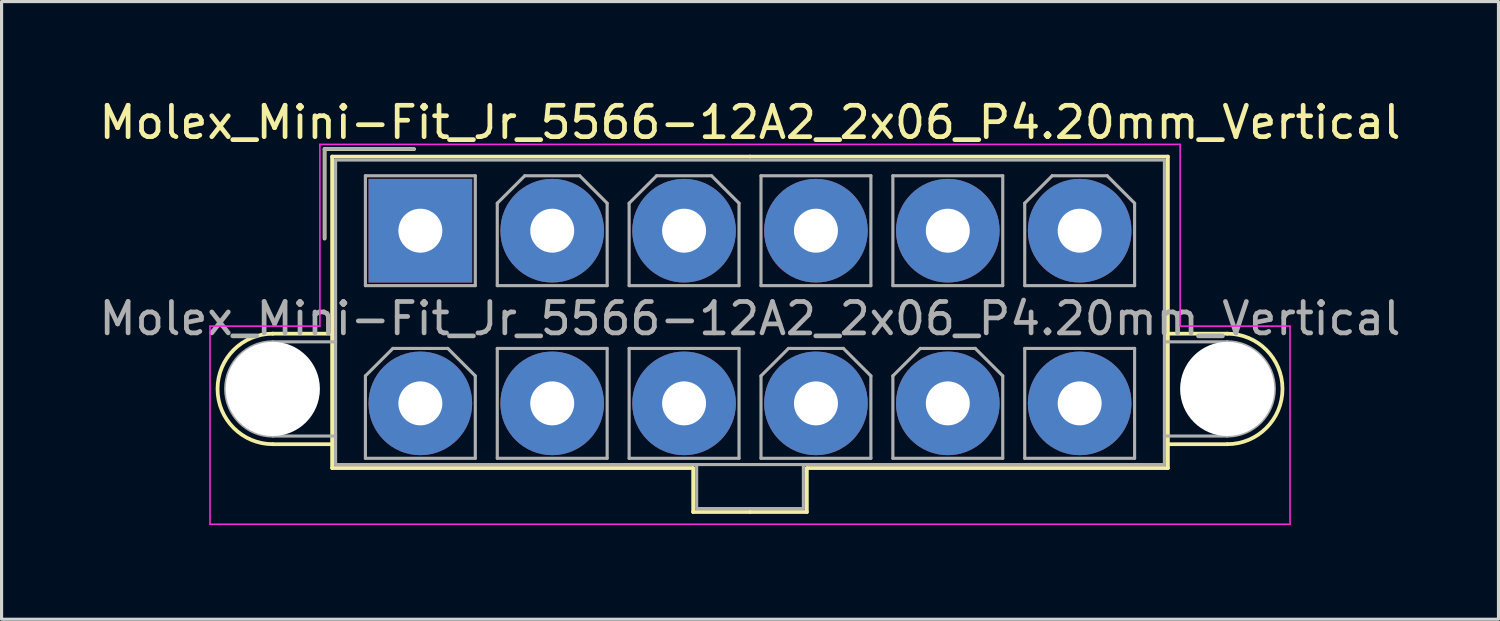
<source format=kicad_pcb>
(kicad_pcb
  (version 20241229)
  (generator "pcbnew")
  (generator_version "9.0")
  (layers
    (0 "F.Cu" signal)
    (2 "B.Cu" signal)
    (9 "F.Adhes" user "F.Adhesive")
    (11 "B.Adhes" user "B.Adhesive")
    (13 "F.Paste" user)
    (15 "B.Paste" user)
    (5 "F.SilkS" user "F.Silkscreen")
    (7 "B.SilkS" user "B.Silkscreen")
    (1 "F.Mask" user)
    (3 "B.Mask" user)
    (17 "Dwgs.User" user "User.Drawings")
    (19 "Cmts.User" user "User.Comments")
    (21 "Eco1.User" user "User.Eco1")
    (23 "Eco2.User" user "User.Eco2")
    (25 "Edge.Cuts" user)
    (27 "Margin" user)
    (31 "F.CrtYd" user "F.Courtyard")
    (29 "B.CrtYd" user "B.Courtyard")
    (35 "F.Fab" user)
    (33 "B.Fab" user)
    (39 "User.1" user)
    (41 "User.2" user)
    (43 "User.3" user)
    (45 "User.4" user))
  (footprint "Molex_Mini-Fit_Jr_5566-12A2_2x06_P4.20mm_Vertical"
    (layer "F.Cu")
    (at 10.339 4.298)
    (property "Reference" "Molex_Mini-Fit_Jr_5566-12A2_2x06_P4.20mm_Vertical" (at 10.5 -3.45 0) (layer "F.SilkS") (effects (font (size 1 1) (thickness 0.15))))
    (attr through_hole)
    (fp_line (start -4.7 3.28) (end -2.81 3.28) (stroke (width 0.12) (type solid)) (layer "F.SilkS"))
    (fp_line (start -4.7 6.8) (end -2.81 6.8) (stroke (width 0.12) (type solid)) (layer "F.SilkS"))
    (fp_line (start -3.05 -2.6) (end -3.05 0.25) (stroke (width 0.12) (type solid)) (layer "F.SilkS"))
    (fp_line (start -2.81 -2.36) (end -2.81 7.56) (stroke (width 0.12) (type solid)) (layer "F.SilkS"))
    (fp_line (start -2.81 7.56) (end 8.69 7.56) (stroke (width 0.12) (type solid)) (layer "F.SilkS"))
    (fp_line (start -0.2 -2.6) (end -3.05 -2.6) (stroke (width 0.12) (type solid)) (layer "F.SilkS"))
    (fp_line (start 8.69 7.56) (end 8.69 8.96) (stroke (width 0.12) (type solid)) (layer "F.SilkS"))
    (fp_line (start 8.69 8.96) (end 10.5 8.96) (stroke (width 0.12) (type solid)) (layer "F.SilkS"))
    (fp_line (start 10.5 -2.36) (end -2.81 -2.36) (stroke (width 0.12) (type solid)) (layer "F.SilkS"))
    (fp_line (start 10.5 -2.36) (end 23.81 -2.36) (stroke (width 0.12) (type solid)) (layer "F.SilkS"))
    (fp_line (start 12.31 7.56) (end 12.31 8.96) (stroke (width 0.12) (type solid)) (layer "F.SilkS"))
    (fp_line (start 12.31 8.96) (end 10.5 8.96) (stroke (width 0.12) (type solid)) (layer "F.SilkS"))
    (fp_line (start 23.81 -2.36) (end 23.81 7.56) (stroke (width 0.12) (type solid)) (layer "F.SilkS"))
    (fp_line (start 23.81 7.56) (end 12.31 7.56) (stroke (width 0.12) (type solid)) (layer "F.SilkS"))
    (fp_line (start 25.7 3.28) (end 23.81 3.28) (stroke (width 0.12) (type solid)) (layer "F.SilkS"))
    (fp_line (start 25.7 6.8) (end 23.81 6.8) (stroke (width 0.12) (type solid)) (layer "F.SilkS"))
    (fp_arc (start -4.7 6.8) (mid -6.46 5.04) (end -4.7 3.28) (stroke (width 0.12) (type solid)) (layer "F.SilkS"))
    (fp_arc (start 25.7 3.28) (mid 27.46 5.04) (end 25.7 6.8) (stroke (width 0.12) (type solid)) (layer "F.SilkS"))
    (fp_line (start -6.7 3.04) (end -6.7 9.35) (stroke (width 0.05) (type solid)) (layer "F.CrtYd"))
    (fp_line (start -6.7 9.35) (end 27.7 9.35) (stroke (width 0.05) (type solid)) (layer "F.CrtYd"))
    (fp_line (start -3.2 -2.75) (end -3.2 3.04) (stroke (width 0.05) (type solid)) (layer "F.CrtYd"))
    (fp_line (start -3.2 3.04) (end -6.7 3.04) (stroke (width 0.05) (type solid)) (layer "F.CrtYd"))
    (fp_line (start 24.2 -2.75) (end -3.2 -2.75) (stroke (width 0.05) (type solid)) (layer "F.CrtYd"))
    (fp_line (start 24.2 3.04) (end 24.2 -2.75) (stroke (width 0.05) (type solid)) (layer "F.CrtYd"))
    (fp_line (start 27.7 3.04) (end 24.2 3.04) (stroke (width 0.05) (type solid)) (layer "F.CrtYd"))
    (fp_line (start 27.7 9.35) (end 27.7 3.04) (stroke (width 0.05) (type solid)) (layer "F.CrtYd"))
    (fp_line (start -4.7 3.54) (end -2.7 3.54) (stroke (width 0.1) (type solid)) (layer "F.Fab"))
    (fp_line (start -4.7 6.54) (end -2.7 6.54) (stroke (width 0.1) (type solid)) (layer "F.Fab"))
    (fp_line (start -3.05 -2.6) (end -3.05 0.25) (stroke (width 0.1) (type solid)) (layer "F.Fab"))
    (fp_line (start -2.7 -2.25) (end -2.7 7.45) (stroke (width 0.1) (type solid)) (layer "F.Fab"))
    (fp_line (start -2.7 7.45) (end 23.7 7.45) (stroke (width 0.1) (type solid)) (layer "F.Fab"))
    (fp_line (start -1.75 -1.75) (end -1.75 1.75) (stroke (width 0.1) (type solid)) (layer "F.Fab"))
    (fp_line (start -1.75 1.75) (end 1.75 1.75) (stroke (width 0.1) (type solid)) (layer "F.Fab"))
    (fp_line (start -1.75 4.625) (end -0.875 3.75) (stroke (width 0.1) (type solid)) (layer "F.Fab"))
    (fp_line (start -1.75 7.25) (end -1.75 4.625) (stroke (width 0.1) (type solid)) (layer "F.Fab"))
    (fp_line (start -0.875 3.75) (end 0.875 3.75) (stroke (width 0.1) (type solid)) (layer "F.Fab"))
    (fp_line (start -0.2 -2.6) (end -3.05 -2.6) (stroke (width 0.1) (type solid)) (layer "F.Fab"))
    (fp_line (start 0.875 3.75) (end 1.75 4.625) (stroke (width 0.1) (type solid)) (layer "F.Fab"))
    (fp_line (start 1.75 -1.75) (end -1.75 -1.75) (stroke (width 0.1) (type solid)) (layer "F.Fab"))
    (fp_line (start 1.75 1.75) (end 1.75 -1.75) (stroke (width 0.1) (type solid)) (layer "F.Fab"))
    (fp_line (start 1.75 4.625) (end 1.75 7.25) (stroke (width 0.1) (type solid)) (layer "F.Fab"))
    (fp_line (start 1.75 7.25) (end -1.75 7.25) (stroke (width 0.1) (type solid)) (layer "F.Fab"))
    (fp_line (start 2.45 -0.875) (end 3.325 -1.75) (stroke (width 0.1) (type solid)) (layer "F.Fab"))
    (fp_line (start 2.45 1.75) (end 2.45 -0.875) (stroke (width 0.1) (type solid)) (layer "F.Fab"))
    (fp_line (start 2.45 3.75) (end 2.45 7.25) (stroke (width 0.1) (type solid)) (layer "F.Fab"))
    (fp_line (start 2.45 7.25) (end 5.95 7.25) (stroke (width 0.1) (type solid)) (layer "F.Fab"))
    (fp_line (start 3.325 -1.75) (end 5.075 -1.75) (stroke (width 0.1) (type solid)) (layer "F.Fab"))
    (fp_line (start 5.075 -1.75) (end 5.95 -0.875) (stroke (width 0.1) (type solid)) (layer "F.Fab"))
    (fp_line (start 5.95 -0.875) (end 5.95 1.75) (stroke (width 0.1) (type solid)) (layer "F.Fab"))
    (fp_line (start 5.95 1.75) (end 2.45 1.75) (stroke (width 0.1) (type solid)) (layer "F.Fab"))
    (fp_line (start 5.95 3.75) (end 2.45 3.75) (stroke (width 0.1) (type solid)) (layer "F.Fab"))
    (fp_line (start 5.95 7.25) (end 5.95 3.75) (stroke (width 0.1) (type solid)) (layer "F.Fab"))
    (fp_line (start 6.65 -0.875) (end 7.525 -1.75) (stroke (width 0.1) (type solid)) (layer "F.Fab"))
    (fp_line (start 6.65 1.75) (end 6.65 -0.875) (stroke (width 0.1) (type solid)) (layer "F.Fab"))
    (fp_line (start 6.65 3.75) (end 6.65 7.25) (stroke (width 0.1) (type solid)) (layer "F.Fab"))
    (fp_line (start 6.65 7.25) (end 10.15 7.25) (stroke (width 0.1) (type solid)) (layer "F.Fab"))
    (fp_line (start 7.525 -1.75) (end 9.275 -1.75) (stroke (width 0.1) (type solid)) (layer "F.Fab"))
    (fp_line (start 8.8 7.45) (end 8.8 8.85) (stroke (width 0.1) (type solid)) (layer "F.Fab"))
    (fp_line (start 8.8 8.85) (end 12.2 8.85) (stroke (width 0.1) (type solid)) (layer "F.Fab"))
    (fp_line (start 9.275 -1.75) (end 10.15 -0.875) (stroke (width 0.1) (type solid)) (layer "F.Fab"))
    (fp_line (start 10.15 -0.875) (end 10.15 1.75) (stroke (width 0.1) (type solid)) (layer "F.Fab"))
    (fp_line (start 10.15 1.75) (end 6.65 1.75) (stroke (width 0.1) (type solid)) (layer "F.Fab"))
    (fp_line (start 10.15 3.75) (end 6.65 3.75) (stroke (width 0.1) (type solid)) (layer "F.Fab"))
    (fp_line (start 10.15 7.25) (end 10.15 3.75) (stroke (width 0.1) (type solid)) (layer "F.Fab"))
    (fp_line (start 10.85 -1.75) (end 10.85 1.75) (stroke (width 0.1) (type solid)) (layer "F.Fab"))
    (fp_line (start 10.85 1.75) (end 14.35 1.75) (stroke (width 0.1) (type solid)) (layer "F.Fab"))
    (fp_line (start 10.85 4.625) (end 11.725 3.75) (stroke (width 0.1) (type solid)) (layer "F.Fab"))
    (fp_line (start 10.85 7.25) (end 10.85 4.625) (stroke (width 0.1) (type solid)) (layer "F.Fab"))
    (fp_line (start 11.725 3.75) (end 13.475 3.75) (stroke (width 0.1) (type solid)) (layer "F.Fab"))
    (fp_line (start 12.2 8.85) (end 12.2 7.45) (stroke (width 0.1) (type solid)) (layer "F.Fab"))
    (fp_line (start 13.475 3.75) (end 14.35 4.625) (stroke (width 0.1) (type solid)) (layer "F.Fab"))
    (fp_line (start 14.35 -1.75) (end 10.85 -1.75) (stroke (width 0.1) (type solid)) (layer "F.Fab"))
    (fp_line (start 14.35 1.75) (end 14.35 -1.75) (stroke (width 0.1) (type solid)) (layer "F.Fab"))
    (fp_line (start 14.35 4.625) (end 14.35 7.25) (stroke (width 0.1) (type solid)) (layer "F.Fab"))
    (fp_line (start 14.35 7.25) (end 10.85 7.25) (stroke (width 0.1) (type solid)) (layer "F.Fab"))
    (fp_line (start 15.05 -1.75) (end 15.05 1.75) (stroke (width 0.1) (type solid)) (layer "F.Fab"))
    (fp_line (start 15.05 1.75) (end 18.55 1.75) (stroke (width 0.1) (type solid)) (layer "F.Fab"))
    (fp_line (start 15.05 4.625) (end 15.925 3.75) (stroke (width 0.1) (type solid)) (layer "F.Fab"))
    (fp_line (start 15.05 7.25) (end 15.05 4.625) (stroke (width 0.1) (type solid)) (layer "F.Fab"))
    (fp_line (start 15.925 3.75) (end 17.675 3.75) (stroke (width 0.1) (type solid)) (layer "F.Fab"))
    (fp_line (start 17.675 3.75) (end 18.55 4.625) (stroke (width 0.1) (type solid)) (layer "F.Fab"))
    (fp_line (start 18.55 -1.75) (end 15.05 -1.75) (stroke (width 0.1) (type solid)) (layer "F.Fab"))
    (fp_line (start 18.55 1.75) (end 18.55 -1.75) (stroke (width 0.1) (type solid)) (layer "F.Fab"))
    (fp_line (start 18.55 4.625) (end 18.55 7.25) (stroke (width 0.1) (type solid)) (layer "F.Fab"))
    (fp_line (start 18.55 7.25) (end 15.05 7.25) (stroke (width 0.1) (type solid)) (layer "F.Fab"))
    (fp_line (start 19.25 -0.875) (end 20.125 -1.75) (stroke (width 0.1) (type solid)) (layer "F.Fab"))
    (fp_line (start 19.25 1.75) (end 19.25 -0.875) (stroke (width 0.1) (type solid)) (layer "F.Fab"))
    (fp_line (start 19.25 3.75) (end 19.25 7.25) (stroke (width 0.1) (type solid)) (layer "F.Fab"))
    (fp_line (start 19.25 7.25) (end 22.75 7.25) (stroke (width 0.1) (type solid)) (layer "F.Fab"))
    (fp_line (start 20.125 -1.75) (end 21.875 -1.75) (stroke (width 0.1) (type solid)) (layer "F.Fab"))
    (fp_line (start 21.875 -1.75) (end 22.75 -0.875) (stroke (width 0.1) (type solid)) (layer "F.Fab"))
    (fp_line (start 22.75 -0.875) (end 22.75 1.75) (stroke (width 0.1) (type solid)) (layer "F.Fab"))
    (fp_line (start 22.75 1.75) (end 19.25 1.75) (stroke (width 0.1) (type solid)) (layer "F.Fab"))
    (fp_line (start 22.75 3.75) (end 19.25 3.75) (stroke (width 0.1) (type solid)) (layer "F.Fab"))
    (fp_line (start 22.75 7.25) (end 22.75 3.75) (stroke (width 0.1) (type solid)) (layer "F.Fab"))
    (fp_line (start 23.7 -2.25) (end -2.7 -2.25) (stroke (width 0.1) (type solid)) (layer "F.Fab"))
    (fp_line (start 23.7 7.45) (end 23.7 -2.25) (stroke (width 0.1) (type solid)) (layer "F.Fab"))
    (fp_line (start 25.7 3.54) (end 23.7 3.54) (stroke (width 0.1) (type solid)) (layer "F.Fab"))
    (fp_line (start 25.7 6.54) (end 23.7 6.54) (stroke (width 0.1) (type solid)) (layer "F.Fab"))
    (fp_arc (start -4.7 6.54) (mid -6.2 5.04) (end -4.7 3.54) (stroke (width 0.1) (type solid)) (layer "F.Fab"))
    (fp_arc (start 25.7 3.54) (mid 27.2 5.04) (end 25.7 6.54) (stroke (width 0.1) (type solid)) (layer "F.Fab"))
    (fp_text user "${REFERENCE}" (at 10.5 2.8 0) (layer "F.Fab") (effects (font (size 1 1) (thickness 0.15))))
    (pad "" np_thru_hole circle (at -4.7 5.04) (size 3 3) (drill 3) (layers "*.Cu" "*.Mask"))
    (pad "" np_thru_hole circle (at 25.7 5.04) (size 3 3) (drill 3) (layers "*.Cu" "*.Mask"))
    (pad "1" thru_hole rect (at 0 0) (size 3.3 3.3) (drill 1.4) (layers "*.Cu" "*.Mask"))
    (pad "2" thru_hole circle (at 4.2 0) (size 3.3 3.3) (drill 1.4) (layers "*.Cu" "*.Mask"))
    (pad "3" thru_hole circle (at 8.4 0) (size 3.3 3.3) (drill 1.4) (layers "*.Cu" "*.Mask"))
    (pad "4" thru_hole circle (at 12.6 0) (size 3.3 3.3) (drill 1.4) (layers "*.Cu" "*.Mask"))
    (pad "5" thru_hole circle (at 16.8 0) (size 3.3 3.3) (drill 1.4) (layers "*.Cu" "*.Mask"))
    (pad "6" thru_hole circle (at 21 0) (size 3.3 3.3) (drill 1.4) (layers "*.Cu" "*.Mask"))
    (pad "7" thru_hole circle (at 0 5.5) (size 3.3 3.3) (drill 1.4) (layers "*.Cu" "*.Mask"))
    (pad "8" thru_hole circle (at 4.2 5.5) (size 3.3 3.3) (drill 1.4) (layers "*.Cu" "*.Mask"))
    (pad "9" thru_hole circle (at 8.4 5.5) (size 3.3 3.3) (drill 1.4) (layers "*.Cu" "*.Mask"))
    (pad "10" thru_hole circle (at 12.6 5.5) (size 3.3 3.3) (drill 1.4) (layers "*.Cu" "*.Mask"))
    (pad "11" thru_hole circle (at 16.8 5.5) (size 3.3 3.3) (drill 1.4) (layers "*.Cu" "*.Mask"))
    (pad "12" thru_hole circle (at 21 5.5) (size 3.3 3.3) (drill 1.4) (layers "*.Cu" "*.Mask")))
  (gr_rect
    (start -3 -3)
    (end 44.679 16.673)
    (stroke (width 0.1) (type default))
    (fill no)
    (layer "Edge.Cuts")))
</source>
